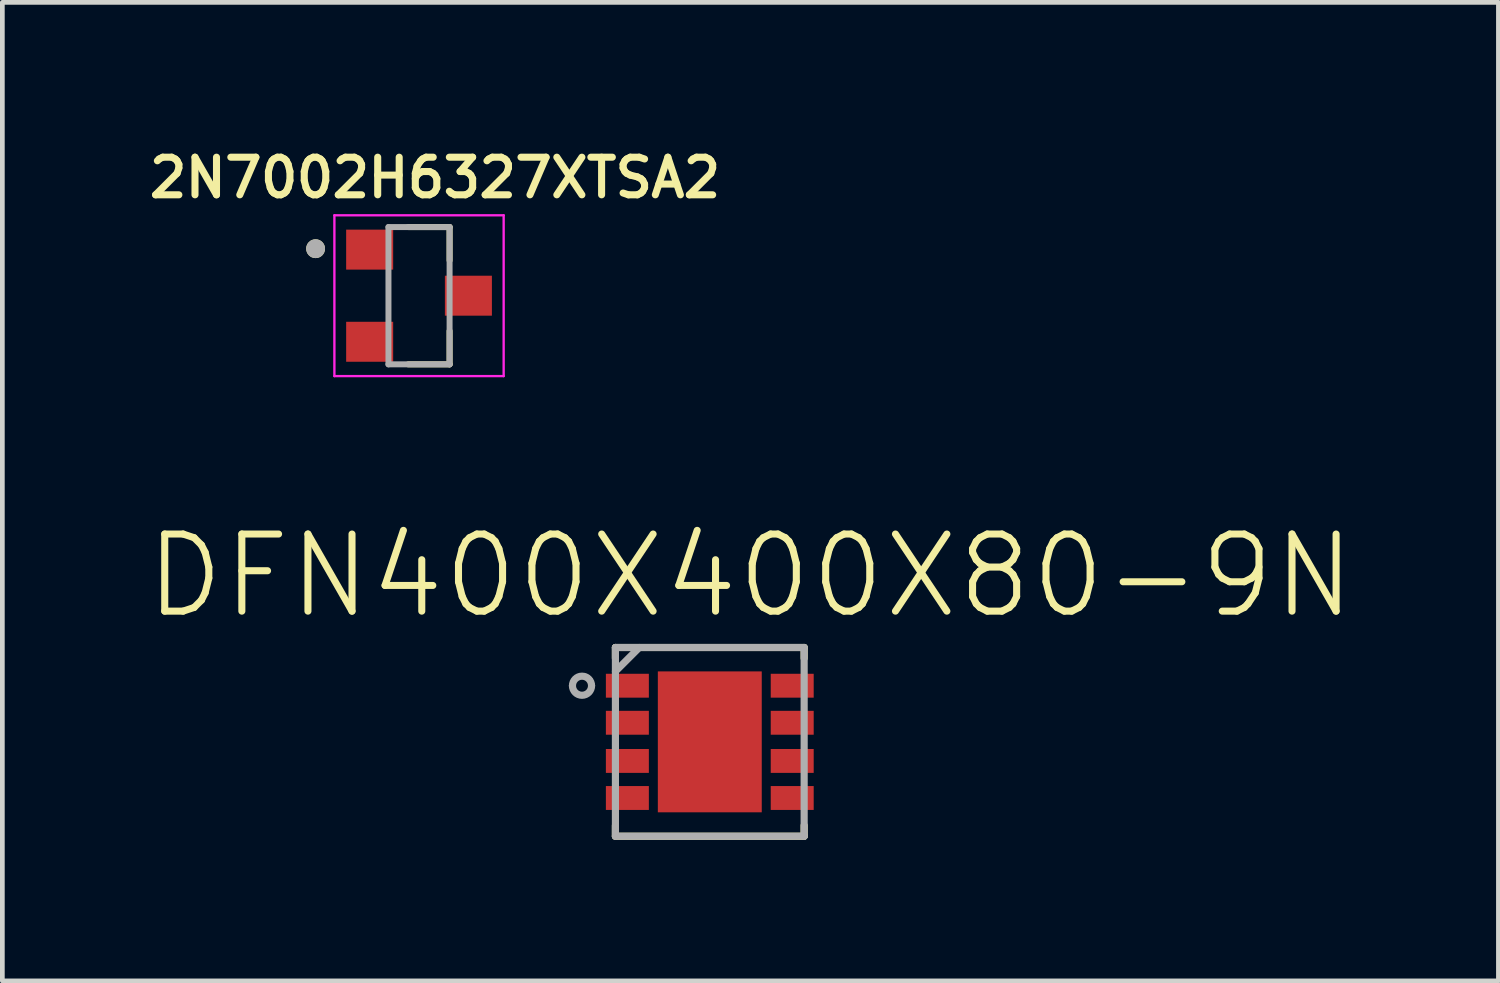
<source format=kicad_pcb>
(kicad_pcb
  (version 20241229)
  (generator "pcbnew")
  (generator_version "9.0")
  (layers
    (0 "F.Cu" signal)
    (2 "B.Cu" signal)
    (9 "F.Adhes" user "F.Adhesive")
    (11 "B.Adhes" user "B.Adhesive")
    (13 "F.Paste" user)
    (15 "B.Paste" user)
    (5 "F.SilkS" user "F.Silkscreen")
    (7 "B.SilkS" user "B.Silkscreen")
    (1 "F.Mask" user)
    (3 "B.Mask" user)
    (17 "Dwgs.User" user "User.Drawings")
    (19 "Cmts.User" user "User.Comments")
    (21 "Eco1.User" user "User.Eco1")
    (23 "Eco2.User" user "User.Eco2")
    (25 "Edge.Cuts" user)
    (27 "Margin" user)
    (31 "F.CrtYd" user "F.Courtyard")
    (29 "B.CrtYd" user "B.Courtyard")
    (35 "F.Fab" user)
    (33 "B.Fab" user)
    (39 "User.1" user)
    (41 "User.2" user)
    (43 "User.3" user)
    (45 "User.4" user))
  (footprint "2N7002H6327XTSA2"
    (layer "F.Cu")
    (at 5.862 3.239)
    (property "Reference" "2N7002H6327XTSA2" (at 0.34 -2.508 0) (layer "F.SilkS") (effects (font (size 0.8 0.8) (thickness 0.15))))
    (attr through_hole)
    (fp_line (start 0.65 -1.46) (end -0.23 -1.46) (stroke (width 0.127) (type solid)) (layer "F.SilkS"))
    (fp_line (start 0.65 -0.75) (end 0.65 -1.46) (stroke (width 0.127) (type solid)) (layer "F.SilkS"))
    (fp_line (start 0.65 0.75) (end 0.65 1.46) (stroke (width 0.127) (type solid)) (layer "F.SilkS"))
    (fp_line (start 0.65 1.46) (end -0.23 1.46) (stroke (width 0.127) (type solid)) (layer "F.SilkS"))
    (fp_circle (center -2.2 -1) (end -2.1 -1) (stroke (width 0.2) (type solid)) (fill no) (layer "F.SilkS"))
    (fp_line (start -1.8 -1.71) (end 1.8 -1.71) (stroke (width 0.05) (type solid)) (layer "F.CrtYd"))
    (fp_line (start -1.8 1.71) (end -1.8 -1.71) (stroke (width 0.05) (type solid)) (layer "F.CrtYd"))
    (fp_line (start 1.8 -1.71) (end 1.8 1.71) (stroke (width 0.05) (type solid)) (layer "F.CrtYd"))
    (fp_line (start 1.8 1.71) (end -1.8 1.71) (stroke (width 0.05) (type solid)) (layer "F.CrtYd"))
    (fp_line (start -0.65 -1.46) (end -0.65 1.46) (stroke (width 0.127) (type solid)) (layer "F.Fab"))
    (fp_line (start -0.65 1.46) (end 0.65 1.46) (stroke (width 0.127) (type solid)) (layer "F.Fab"))
    (fp_line (start 0.65 -1.46) (end -0.65 -1.46) (stroke (width 0.127) (type solid)) (layer "F.Fab"))
    (fp_line (start 0.65 1.46) (end 0.65 -1.46) (stroke (width 0.127) (type solid)) (layer "F.Fab"))
    (fp_circle (center -2.2 -1) (end -2.1 -1) (stroke (width 0.2) (type solid)) (fill no) (layer "F.Fab"))
    (pad "1" smd rect (at -1.05 -0.98 270) (size 0.85 1) (layers "F.Cu" "F.Mask" "F.Paste"))
    (pad "2" smd rect (at -1.05 0.98 270) (size 0.85 1) (layers "F.Cu" "F.Mask" "F.Paste"))
    (pad "3" smd rect (at 1.05 0 270) (size 0.85 1) (layers "F.Cu" "F.Mask" "F.Paste")))
  (footprint "DFN400X400X80-9N"
    (layer "F.Cu")
    (at 12.046 12.728)
    (property "Reference" "DFN400X400X80-9N" (at 0.864 -3.531 0) (layer "F.SilkS") (effects (font (size 1.64 1.64) (thickness 0.15))))
    (attr through_hole)
    (fp_line (start -2.007 -2.007) (end -2.007 -1.778) (stroke (width 0.152) (type solid)) (layer "F.SilkS"))
    (fp_line (start -2.007 1.778) (end -2.007 2.007) (stroke (width 0.152) (type solid)) (layer "F.SilkS"))
    (fp_line (start -2.007 2.007) (end 2.007 2.007) (stroke (width 0.152) (type solid)) (layer "F.SilkS"))
    (fp_line (start 2.007 -2.007) (end -2.007 -2.007) (stroke (width 0.152) (type solid)) (layer "F.SilkS"))
    (fp_line (start 2.007 -1.778) (end 2.007 -2.007) (stroke (width 0.152) (type solid)) (layer "F.SilkS"))
    (fp_line (start 2.007 2.007) (end 2.007 1.778) (stroke (width 0.152) (type solid)) (layer "F.SilkS"))
    (fp_arc (start -2.54 -1.0922) (mid -2.913859 -1.2065) (end -2.54 -1.3208) (stroke (width 0.1) (type solid)) (layer "F.SilkS"))
    (fp_line (start -2.007 -2.007) (end -2.007 2.007) (stroke (width 0.152) (type solid)) (layer "F.Fab"))
    (fp_line (start -2.007 2.007) (end 2.007 2.007) (stroke (width 0.152) (type solid)) (layer "F.Fab"))
    (fp_line (start -1.499 -2.007) (end -2.007 -1.499) (stroke (width 0.152) (type solid)) (layer "F.Fab"))
    (fp_line (start 2.007 -2.007) (end -2.007 -2.007) (stroke (width 0.152) (type solid)) (layer "F.Fab"))
    (fp_line (start 2.007 2.007) (end 2.007 -2.007) (stroke (width 0.152) (type solid)) (layer "F.Fab"))
    (fp_arc (start -2.921 -1.1938) (mid -2.7178 -1.397) (end -2.5146 -1.1938) (stroke (width 0.1524) (type solid)) (layer "F.Fab"))
    (fp_arc (start -2.5146 -1.1938) (mid -2.7178 -0.9906) (end -2.921 -1.1938) (stroke (width 0.1524) (type solid)) (layer "F.Fab"))
    (pad "1" smd rect (at -1.753 -1.194) (size 0.914 0.508) (layers "F.Cu" "F.Mask" "F.Paste"))
    (pad "2" smd rect (at -1.753 -0.406) (size 0.914 0.508) (layers "F.Cu" "F.Mask" "F.Paste"))
    (pad "3" smd rect (at -1.753 0.406) (size 0.914 0.508) (layers "F.Cu" "F.Mask" "F.Paste"))
    (pad "4" smd rect (at -1.753 1.194) (size 0.914 0.508) (layers "F.Cu" "F.Mask" "F.Paste"))
    (pad "5" smd rect (at 1.753 1.194 180) (size 0.914 0.508) (layers "F.Cu" "F.Mask" "F.Paste"))
    (pad "6" smd rect (at 1.753 0.406 180) (size 0.914 0.508) (layers "F.Cu" "F.Mask" "F.Paste"))
    (pad "7" smd rect (at 1.753 -0.406 180) (size 0.914 0.508) (layers "F.Cu" "F.Mask" "F.Paste"))
    (pad "8" smd rect (at 1.753 -1.194 180) (size 0.914 0.508) (layers "F.Cu" "F.Mask" "F.Paste"))
    (pad "9" smd rect (at 0 0) (size 2.21 2.997) (layers "F.Cu" "F.Mask" "F.Paste")))
  (gr_rect
    (start -3 -3)
    (end 28.819 17.811)
    (stroke (width 0.1) (type default))
    (fill no)
    (layer "Edge.Cuts")))
</source>
